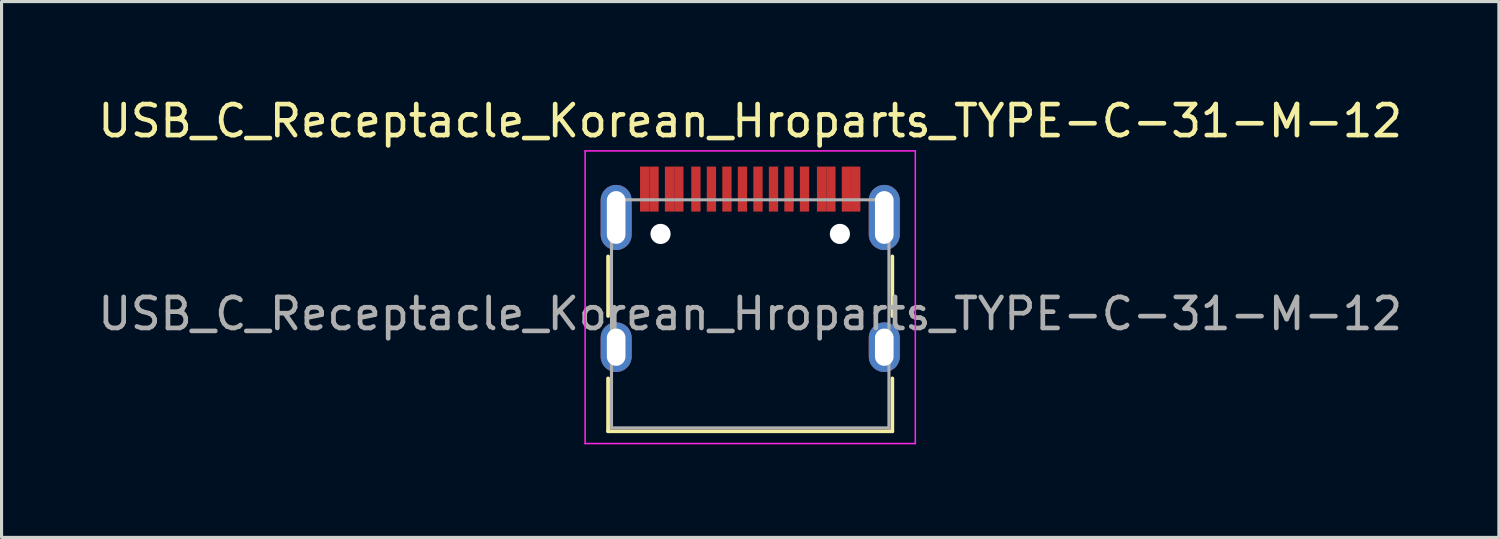
<source format=kicad_pcb>
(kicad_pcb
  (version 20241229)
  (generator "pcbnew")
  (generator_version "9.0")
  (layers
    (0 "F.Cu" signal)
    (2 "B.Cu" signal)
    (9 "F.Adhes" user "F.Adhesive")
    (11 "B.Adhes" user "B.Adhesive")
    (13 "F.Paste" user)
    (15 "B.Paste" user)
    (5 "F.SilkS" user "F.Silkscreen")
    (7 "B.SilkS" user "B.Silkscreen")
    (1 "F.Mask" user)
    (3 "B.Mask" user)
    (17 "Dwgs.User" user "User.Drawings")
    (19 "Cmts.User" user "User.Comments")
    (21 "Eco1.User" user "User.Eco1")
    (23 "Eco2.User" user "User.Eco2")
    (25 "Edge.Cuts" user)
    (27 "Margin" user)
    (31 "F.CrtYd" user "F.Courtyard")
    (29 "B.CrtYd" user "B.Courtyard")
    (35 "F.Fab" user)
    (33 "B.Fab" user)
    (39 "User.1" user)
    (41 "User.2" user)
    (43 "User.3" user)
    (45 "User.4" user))
  (footprint "USB_C_Receptacle_Korean_Hroparts_TYPE-C-31-M-12"
    (layer "F.Cu")
    (at 21.125 7.063)
    (property "Reference" "USB_C_Receptacle_Korean_Hroparts_TYPE-C-31-M-12" (at 0 -6.215 0) (layer "F.SilkS") (effects (font (size 1 1) (thickness 0.15))))
    (attr smd)
    (fp_line (start -4.58 -1.85) (end -4.58 0.07) (stroke (width 0.12) (type solid)) (layer "F.SilkS"))
    (fp_line (start -4.58 3.785) (end -4.58 2.08) (stroke (width 0.12) (type solid)) (layer "F.SilkS"))
    (fp_line (start 4.58 0.07) (end 4.58 -1.85) (stroke (width 0.12) (type solid)) (layer "F.SilkS"))
    (fp_line (start 4.58 2.08) (end 4.58 3.785) (stroke (width 0.12) (type solid)) (layer "F.SilkS"))
    (fp_line (start 4.58 3.785) (end -4.58 3.785) (stroke (width 0.12) (type solid)) (layer "F.SilkS"))
    (fp_line (start -5.32 -5.25) (end 5.32 -5.25) (stroke (width 0.05) (type solid)) (layer "F.CrtYd"))
    (fp_line (start -5.32 4.18) (end -5.32 -5.25) (stroke (width 0.05) (type solid)) (layer "F.CrtYd"))
    (fp_line (start 5.32 -5.25) (end 5.32 4.18) (stroke (width 0.05) (type solid)) (layer "F.CrtYd"))
    (fp_line (start 5.32 4.18) (end -5.32 4.18) (stroke (width 0.05) (type solid)) (layer "F.CrtYd"))
    (fp_line (start -4.47 -3.675) (end -4.47 3.675) (stroke (width 0.1) (type solid)) (layer "F.Fab"))
    (fp_line (start -4.47 -3.675) (end 4.47 -3.675) (stroke (width 0.1) (type solid)) (layer "F.Fab"))
    (fp_line (start -4.47 3.675) (end 4.47 3.675) (stroke (width 0.1) (type solid)) (layer "F.Fab"))
    (fp_line (start 4.47 3.675) (end 4.47 -3.675) (stroke (width 0.1) (type solid)) (layer "F.Fab"))
    (fp_text user "${REFERENCE}" (at 0 0 0) (layer "F.Fab") (effects (font (size 1 1) (thickness 0.15))))
    (pad "" np_thru_hole circle (at -2.89 -2.575) (size 0.65 0.65) (drill 0.65) (layers "*.Cu" "*.Mask"))
    (pad "" np_thru_hole circle (at 2.89 -2.575) (size 0.65 0.65) (drill 0.65) (layers "*.Cu" "*.Mask"))
    (pad "A1" smd rect (at -3.4 -4.02) (size 0.3 1.45) (layers "F.Cu" "F.Mask" "F.Paste"))
    (pad "A4" smd rect (at -2.6 -4.02) (size 0.3 1.45) (layers "F.Cu" "F.Mask" "F.Paste"))
    (pad "A5" smd rect (at -1.25 -4.02) (size 0.3 1.45) (layers "F.Cu" "F.Mask" "F.Paste"))
    (pad "A6" smd rect (at -0.25 -4.02) (size 0.3 1.45) (layers "F.Cu" "F.Mask" "F.Paste"))
    (pad "A7" smd rect (at 0.25 -4.02) (size 0.3 1.45) (layers "F.Cu" "F.Mask" "F.Paste"))
    (pad "A8" smd rect (at 1.25 -4.02) (size 0.3 1.45) (layers "F.Cu" "F.Mask" "F.Paste"))
    (pad "A9" smd rect (at 2.6 -4.02) (size 0.3 1.45) (layers "F.Cu" "F.Mask" "F.Paste"))
    (pad "A12" smd rect (at 3.4 -4.02) (size 0.3 1.45) (layers "F.Cu" "F.Mask" "F.Paste"))
    (pad "B1" smd rect (at 3.1 -4.02) (size 0.3 1.45) (layers "F.Cu" "F.Mask" "F.Paste"))
    (pad "B4" smd rect (at 2.3 -4.02) (size 0.3 1.45) (layers "F.Cu" "F.Mask" "F.Paste"))
    (pad "B5" smd rect (at 1.75 -4.02) (size 0.3 1.45) (layers "F.Cu" "F.Mask" "F.Paste"))
    (pad "B6" smd rect (at 0.75 -4.02) (size 0.3 1.45) (layers "F.Cu" "F.Mask" "F.Paste"))
    (pad "B7" smd rect (at -0.75 -4.02) (size 0.3 1.45) (layers "F.Cu" "F.Mask" "F.Paste"))
    (pad "B8" smd rect (at -1.75 -4.02) (size 0.3 1.45) (layers "F.Cu" "F.Mask" "F.Paste"))
    (pad "B9" smd rect (at -2.3 -4.02) (size 0.3 1.45) (layers "F.Cu" "F.Mask" "F.Paste"))
    (pad "B12" smd rect (at -3.1 -4.02) (size 0.3 1.45) (layers "F.Cu" "F.Mask" "F.Paste"))
    (pad "S1" thru_hole oval (at -4.32 -3.105) (size 1 2.1) (drill oval 0.6 1.7) (layers "*.Cu" "*.Mask"))
    (pad "S1" thru_hole oval (at -4.32 1.075) (size 1 1.6) (drill oval 0.6 1.2) (layers "*.Cu" "*.Mask"))
    (pad "S1" thru_hole oval (at 4.32 -3.105) (size 1 2.1) (drill oval 0.6 1.7) (layers "*.Cu" "*.Mask"))
    (pad "S1" thru_hole oval (at 4.32 1.075) (size 1 1.6) (drill oval 0.6 1.2) (layers "*.Cu" "*.Mask")))
  (gr_rect
    (start -3 -3)
    (end 45.25 14.268)
    (stroke (width 0.1) (type default))
    (fill no)
    (layer "Edge.Cuts")))
</source>
